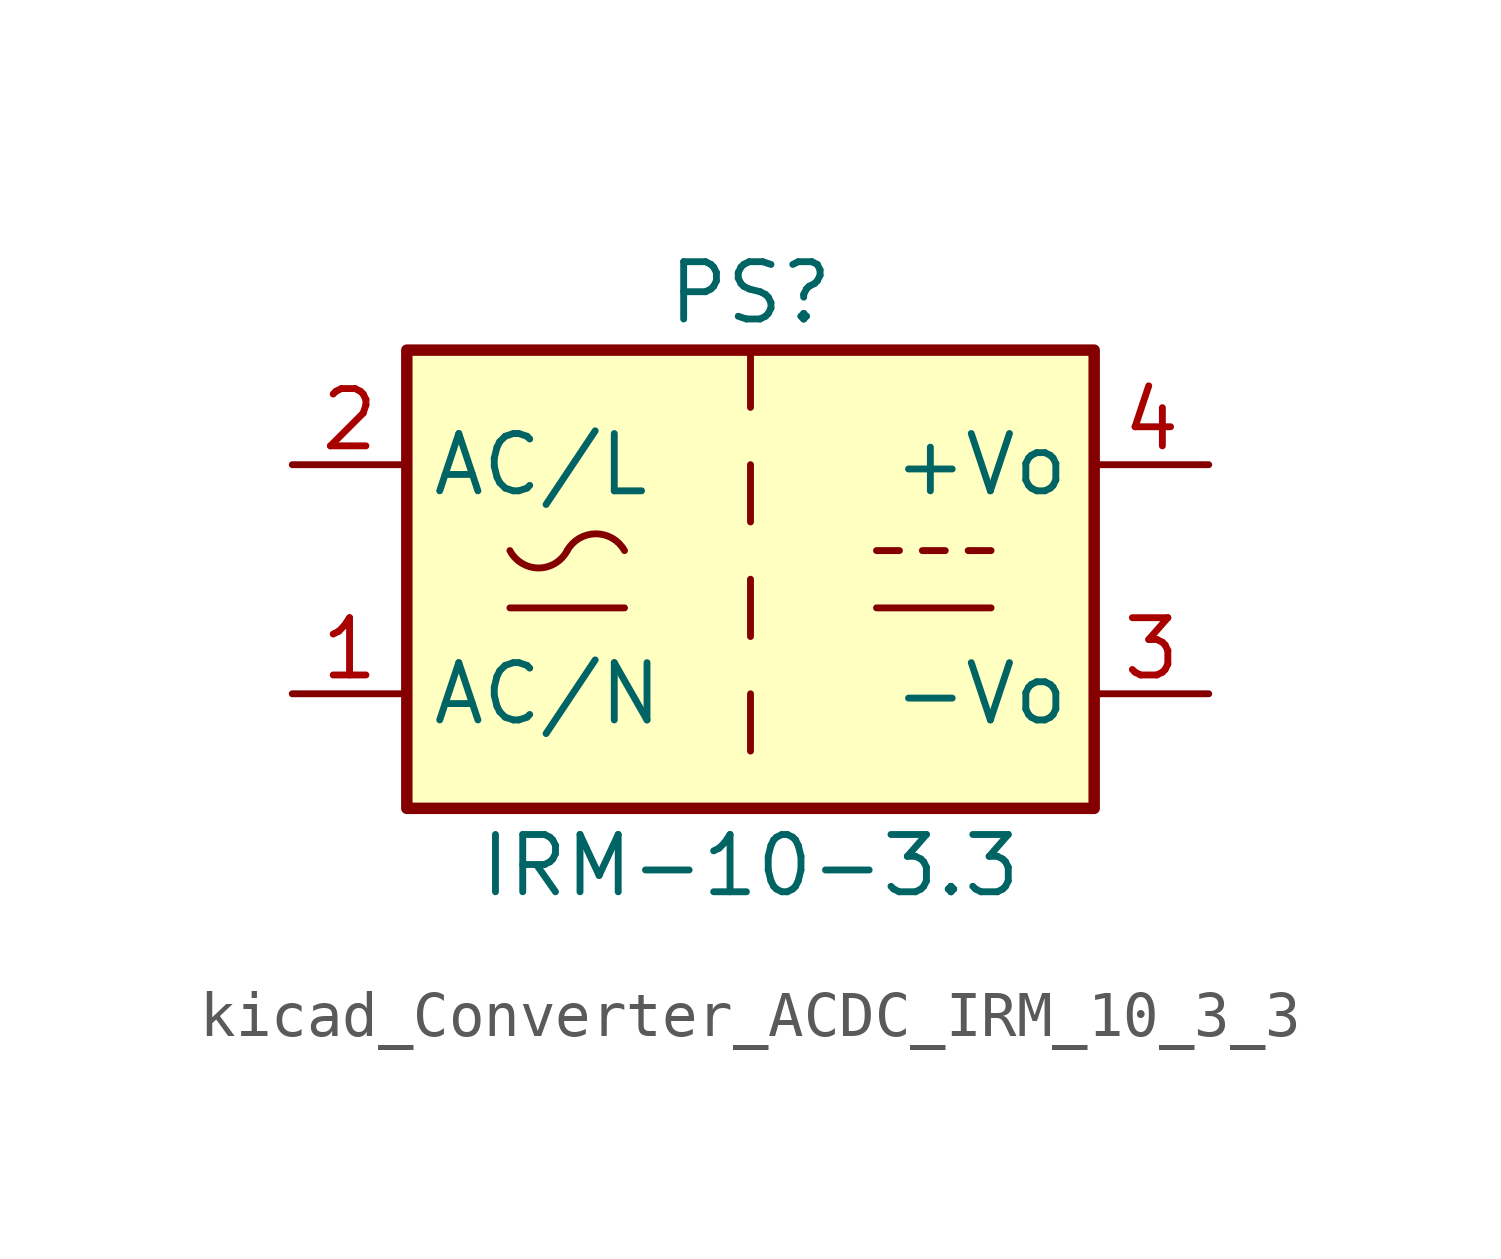
<source format=kicad_sym>
(kicad_symbol_lib
  (version 20220914)
  (generator kicad_symbol_editor)
  (symbol "kicad_Converter_ACDC_IRM_10_3_3"
    (property "Reference" "PS"
      (at 0 6.35 0)
      (effects (font (size 1.27 1.27))))
    (property "Value" "IRM-10-3.3"
      (at 0 -6.35 0)
      (effects (font (size 1.27 1.27))))
    (symbol "kicad_Converter_ACDC_IRM_10_3_3_0_1"
      (rectangle (start -7.62 5.08) (end 7.62 -5.08) (stroke (width 0.254) (type default)) (fill (type background)))
      (arc (start -5.334 0.635) (mid -4.699 0.2495) (end -4.064 0.635) (stroke (width 0) (type default)) (fill (type none)))
      (arc (start -2.794 0.635) (mid -3.429 1.0072) (end -4.064 0.635) (stroke (width 0) (type default)) (fill (type none)))
      (polyline (pts (xy -5.334 -0.635) (xy -2.794 -0.635)) (stroke (width 0) (type default)) (fill (type none)))
      (polyline (pts (xy 0 -2.54) (xy 0 -3.81)) (stroke (width 0) (type default)) (fill (type none)))
      (polyline (pts (xy 0 0) (xy 0 -1.27)) (stroke (width 0) (type default)) (fill (type none)))
      (polyline (pts (xy 0 2.54) (xy 0 1.27)) (stroke (width 0) (type default)) (fill (type none)))
      (polyline (pts (xy 0 5.08) (xy 0 3.81)) (stroke (width 0) (type default)) (fill (type none)))
      (polyline (pts (xy 2.794 -0.635) (xy 5.334 -0.635)) (stroke (width 0) (type default)) (fill (type none)))
      (polyline (pts (xy 2.794 0.635) (xy 3.302 0.635)) (stroke (width 0) (type default)) (fill (type none)))
      (polyline (pts (xy 3.81 0.635) (xy 4.318 0.635)) (stroke (width 0) (type default)) (fill (type none)))
      (polyline (pts (xy 4.826 0.635) (xy 5.334 0.635)) (stroke (width 0) (type default)) (fill (type none))))
    (symbol "kicad_Converter_ACDC_IRM_10_3_3_1_1"
      (pin power_in line (at -10.16 -2.54 0) (length 2.54) (name "AC/N" (effects (font (size 1.27 1.27)))) (number "1" (effects (font (size 1.27 1.27)))))
      (pin power_in line (at -10.16 2.54 0) (length 2.54) (name "AC/L" (effects (font (size 1.27 1.27)))) (number "2" (effects (font (size 1.27 1.27)))))
      (pin power_out line (at 10.16 -2.54 180) (length 2.54) (name "-Vo" (effects (font (size 1.27 1.27)))) (number "3" (effects (font (size 1.27 1.27)))))
      (pin power_out line (at 10.16 2.54 180) (length 2.54) (name "+Vo" (effects (font (size 1.27 1.27)))) (number "4" (effects (font (size 1.27 1.27))))))))
</source>
